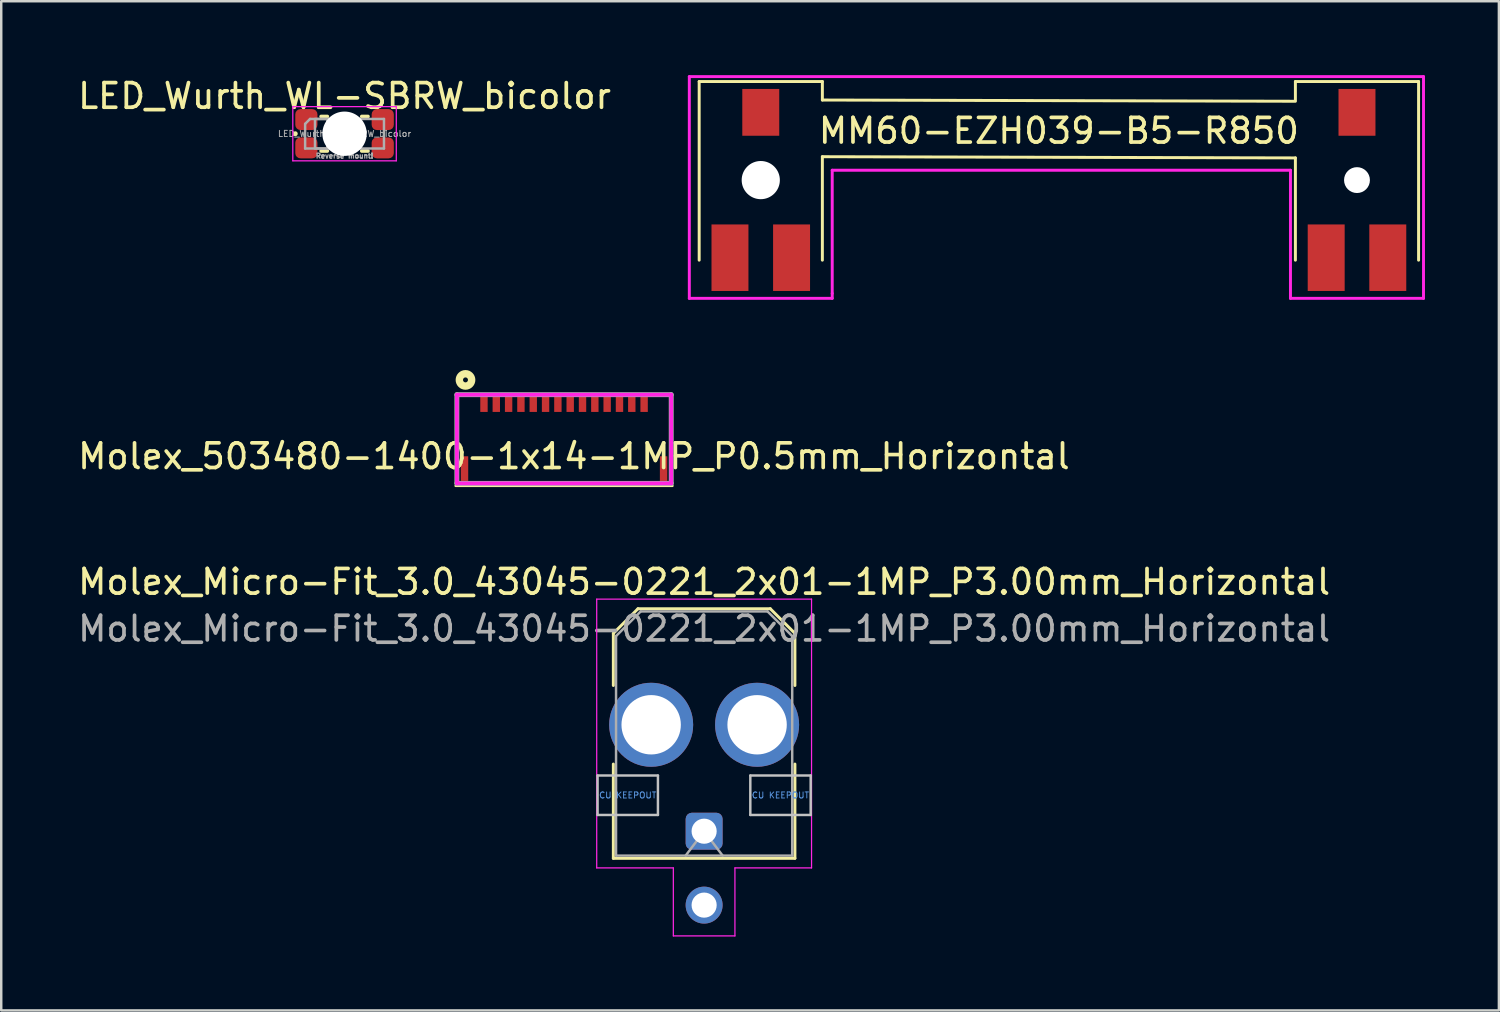
<source format=kicad_pcb>
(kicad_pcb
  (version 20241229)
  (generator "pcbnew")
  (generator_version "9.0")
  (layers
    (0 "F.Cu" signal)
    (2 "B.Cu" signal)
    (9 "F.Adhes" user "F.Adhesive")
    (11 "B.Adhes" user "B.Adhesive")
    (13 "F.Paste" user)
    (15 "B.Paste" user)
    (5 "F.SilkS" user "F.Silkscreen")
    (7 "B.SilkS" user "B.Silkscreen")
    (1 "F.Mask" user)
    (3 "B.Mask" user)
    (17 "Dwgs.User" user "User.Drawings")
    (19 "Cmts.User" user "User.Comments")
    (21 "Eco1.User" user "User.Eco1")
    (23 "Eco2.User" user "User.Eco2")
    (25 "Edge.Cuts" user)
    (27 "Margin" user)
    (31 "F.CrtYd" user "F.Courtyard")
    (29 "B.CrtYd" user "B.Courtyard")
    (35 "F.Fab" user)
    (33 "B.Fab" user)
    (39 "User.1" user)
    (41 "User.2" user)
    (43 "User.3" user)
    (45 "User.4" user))
  (footprint "MM60-EZH039-B5-R850"
    (layer "F.Cu")
    (at 39.929 4.26)
    (property "Reference" "MM60-EZH039-B5-R850" (at 0 -2 0) (layer "F.SilkS") (effects (font (size 1 1) (thickness 0.15))))
    (attr through_hole)
    (fp_line (start -14.6 -4) (end -14.6 3.25) (stroke (width 0.12) (type solid)) (layer "F.SilkS"))
    (fp_line (start -9.6 -4) (end -14.6 -4) (stroke (width 0.12) (type solid)) (layer "F.SilkS"))
    (fp_line (start -9.6 -4) (end -9.6 -3.25) (stroke (width 0.12) (type solid)) (layer "F.SilkS"))
    (fp_line (start -9.6 -3.25) (end 9.6 -3.2) (stroke (width 0.12) (type solid)) (layer "F.SilkS"))
    (fp_line (start -9.6 -0.95) (end 9.6 -0.9) (stroke (width 0.12) (type solid)) (layer "F.SilkS"))
    (fp_line (start -9.6 3.25) (end -9.6 -0.95) (stroke (width 0.12) (type solid)) (layer "F.SilkS"))
    (fp_line (start 9.6 -4) (end 9.6 -3.25) (stroke (width 0.12) (type solid)) (layer "F.SilkS"))
    (fp_line (start 9.6 -4) (end 14.6 -4) (stroke (width 0.12) (type solid)) (layer "F.SilkS"))
    (fp_line (start 9.6 3.25) (end 9.6 -0.9) (stroke (width 0.12) (type solid)) (layer "F.SilkS"))
    (fp_line (start 14.6 -4) (end 14.6 3.25) (stroke (width 0.12) (type solid)) (layer "F.SilkS"))
    (fp_line (start -15 -4.2) (end 14.8 -4.2) (stroke (width 0.12) (type solid)) (layer "F.CrtYd"))
    (fp_line (start -15 4.8) (end -15 -4.2) (stroke (width 0.12) (type solid)) (layer "F.CrtYd"))
    (fp_line (start -9.2 -0.4) (end -9.2 4.6) (stroke (width 0.12) (type solid)) (layer "F.CrtYd"))
    (fp_line (start -9.2 4.6) (end -9.2 4.8) (stroke (width 0.12) (type solid)) (layer "F.CrtYd"))
    (fp_line (start -9.2 4.8) (end -15 4.8) (stroke (width 0.12) (type solid)) (layer "F.CrtYd"))
    (fp_line (start 9.4 -0.4) (end -9.2 -0.4) (stroke (width 0.12) (type solid)) (layer "F.CrtYd"))
    (fp_line (start 9.4 4.8) (end 9.4 -0.4) (stroke (width 0.12) (type solid)) (layer "F.CrtYd"))
    (fp_line (start 14.8 -4.2) (end 14.8 4.8) (stroke (width 0.12) (type solid)) (layer "F.CrtYd"))
    (fp_line (start 14.8 4.8) (end 9.4 4.8) (stroke (width 0.12) (type solid)) (layer "F.CrtYd"))
    (pad "" np_thru_hole circle (at -12.1 0) (size 1.55 1.55) (drill 1.55) (layers "*.Cu" "*.Mask"))
    (pad "" np_thru_hole circle (at 12.1 0 180) (size 1.05 1.05) (drill 1.05) (layers "*.Cu" "*.Mask"))
    (pad "1" smd rect (at -13.35 3.15) (size 1.5 2.7) (layers "F.Cu" "F.Mask" "F.Paste"))
    (pad "1" smd rect (at -12.1 -2.75) (size 1.5 1.9) (layers "F.Cu" "F.Mask" "F.Paste"))
    (pad "1" smd rect (at -10.85 3.15) (size 1.5 2.7) (layers "F.Cu" "F.Mask" "F.Paste"))
    (pad "1" smd rect (at 10.85 3.15) (size 1.5 2.7) (layers "F.Cu" "F.Mask" "F.Paste"))
    (pad "1" smd rect (at 12.1 -2.75) (size 1.5 1.9) (layers "F.Cu" "F.Mask" "F.Paste"))
    (pad "1" smd rect (at 13.35 3.15) (size 1.5 2.7) (layers "F.Cu" "F.Mask" "F.Paste")))
  (footprint "Molex_Micro-Fit_3.0_43045-0221_2x01-1MP_P3.00mm_Horizontal"
    (layer "F.Cu")
    (at 25.53 30.688)
    (property "Reference" "Molex_Micro-Fit_3.0_43045-0221_2x01-1MP_P3.00mm_Horizontal" (at 0 -10.12 0) (layer "F.SilkS") (effects (font (size 1 1) (thickness 0.15))))
    (attr through_hole)
    (fp_line (start -3.685 -8.03) (end -2.685 -9.03) (stroke (width 0.12) (type solid)) (layer "F.SilkS"))
    (fp_line (start -3.685 -5.915) (end -3.685 -8.03) (stroke (width 0.12) (type solid)) (layer "F.SilkS"))
    (fp_line (start -3.685 -2.725) (end -3.685 1.1) (stroke (width 0.12) (type solid)) (layer "F.SilkS"))
    (fp_line (start -3.685 1.1) (end 3.685 1.1) (stroke (width 0.12) (type solid)) (layer "F.SilkS"))
    (fp_line (start -2.685 -9.03) (end 2.685 -9.03) (stroke (width 0.12) (type solid)) (layer "F.SilkS"))
    (fp_line (start 2.685 -9.03) (end 3.685 -8.03) (stroke (width 0.12) (type solid)) (layer "F.SilkS"))
    (fp_line (start 3.685 -8.03) (end 3.685 -5.915) (stroke (width 0.12) (type solid)) (layer "F.SilkS"))
    (fp_line (start 3.685 1.1) (end 3.685 -2.725) (stroke (width 0.12) (type solid)) (layer "F.SilkS"))
    (fp_line (start -4.325 -2.26) (end -4.325 -0.66) (stroke (width 0.1) (type solid)) (layer "Dwgs.User"))
    (fp_line (start -4.325 -0.66) (end -1.875 -0.66) (stroke (width 0.1) (type solid)) (layer "Dwgs.User"))
    (fp_line (start -1.875 -2.26) (end -4.325 -2.26) (stroke (width 0.1) (type solid)) (layer "Dwgs.User"))
    (fp_line (start -1.875 -0.66) (end -1.875 -2.26) (stroke (width 0.1) (type solid)) (layer "Dwgs.User"))
    (fp_line (start 1.875 -2.26) (end 1.875 -0.66) (stroke (width 0.1) (type solid)) (layer "Dwgs.User"))
    (fp_line (start 1.875 -0.66) (end 4.325 -0.66) (stroke (width 0.1) (type solid)) (layer "Dwgs.User"))
    (fp_line (start 4.325 -2.26) (end 1.875 -2.26) (stroke (width 0.1) (type solid)) (layer "Dwgs.User"))
    (fp_line (start 4.325 -0.66) (end 4.325 -2.26) (stroke (width 0.1) (type solid)) (layer "Dwgs.User"))
    (fp_line (start -4.36 -9.42) (end 4.36 -9.42) (stroke (width 0.05) (type solid)) (layer "F.CrtYd"))
    (fp_line (start -4.36 1.49) (end -4.36 -9.42) (stroke (width 0.05) (type solid)) (layer "F.CrtYd"))
    (fp_line (start -1.25 1.49) (end -4.36 1.49) (stroke (width 0.05) (type solid)) (layer "F.CrtYd"))
    (fp_line (start -1.25 4.25) (end -1.25 1.49) (stroke (width 0.05) (type solid)) (layer "F.CrtYd"))
    (fp_line (start 1.25 1.49) (end 1.25 4.25) (stroke (width 0.05) (type solid)) (layer "F.CrtYd"))
    (fp_line (start 1.25 4.25) (end -1.25 4.25) (stroke (width 0.05) (type solid)) (layer "F.CrtYd"))
    (fp_line (start 4.36 -9.42) (end 4.36 1.49) (stroke (width 0.05) (type solid)) (layer "F.CrtYd"))
    (fp_line (start 4.36 1.49) (end 1.25 1.49) (stroke (width 0.05) (type solid)) (layer "F.CrtYd"))
    (fp_line (start -3.575 -7.92) (end -2.575 -8.92) (stroke (width 0.1) (type solid)) (layer "F.Fab"))
    (fp_line (start -3.575 0.99) (end -3.575 -7.92) (stroke (width 0.1) (type solid)) (layer "F.Fab"))
    (fp_line (start -2.575 -8.92) (end 2.575 -8.92) (stroke (width 0.1) (type solid)) (layer "F.Fab"))
    (fp_line (start -0.75 0.99) (end 0 0) (stroke (width 0.1) (type solid)) (layer "F.Fab"))
    (fp_line (start 0 0) (end 0.75 0.99) (stroke (width 0.1) (type solid)) (layer "F.Fab"))
    (fp_line (start 2.575 -8.92) (end 3.575 -7.92) (stroke (width 0.1) (type solid)) (layer "F.Fab"))
    (fp_line (start 3.575 -7.92) (end 3.575 0.99) (stroke (width 0.1) (type solid)) (layer "F.Fab"))
    (fp_line (start 3.575 0.99) (end -3.575 0.99) (stroke (width 0.1) (type solid)) (layer "F.Fab"))
    (fp_text user "CU KEEPOUT" (at 3.1 -1.46 0) (layer "Cmts.User") (effects (font (size 0.245 0.245) (thickness 0.037))))
    (fp_text user "CU KEEPOUT" (at -3.1 -1.46 0) (layer "Cmts.User") (effects (font (size 0.245 0.245) (thickness 0.037))))
    (fp_text user "${REFERENCE}" (at 0 -8.22 0) (layer "F.Fab") (effects (font (size 1 1) (thickness 0.15))))
    (pad "1" thru_hole roundrect (at 0 0) (size 1.5 1.5) (drill 1.02) (layers "*.Cu" "*.Mask") (roundrect_rratio 0.167))
    (pad "2" thru_hole circle (at 0 3) (size 1.5 1.5) (drill 1.02) (layers "*.Cu" "*.Mask"))
    (pad "MP" thru_hole circle (at -2.15 -4.32) (size 3.41 3.41) (drill 2.41) (layers "*.Cu" "*.Mask"))
    (pad "MP" thru_hole circle (at 2.15 -4.32) (size 3.41 3.41) (drill 2.41) (layers "*.Cu" "*.Mask")))
  (footprint "Molex_503480-1400-1x14-1MP_P0.5mm_Horizontal"
    (layer "F.Cu")
    (at 19.844 12.97)
    (property "Reference" "Molex_503480-1400-1x14-1MP_P0.5mm_Horizontal" (at 0.4 2.5 0) (layer "F.SilkS") (effects (font (size 1 1) (thickness 0.15))))
    (attr through_hole)
    (fp_line (start -4.4 3.7) (end 4.4 3.7) (stroke (width 0.1) (type solid)) (layer "F.SilkS"))
    (fp_circle (center -4 -0.6) (end -4 -0.7) (stroke (width 0.3) (type solid)) (fill no) (layer "F.SilkS"))
    (fp_line (start -4.35 0) (end 4.35 0) (stroke (width 0.15) (type solid)) (layer "F.CrtYd"))
    (fp_line (start -4.35 3.6) (end -4.35 0) (stroke (width 0.15) (type solid)) (layer "F.CrtYd"))
    (fp_line (start 4.35 0) (end 4.35 3.6) (stroke (width 0.15) (type solid)) (layer "F.CrtYd"))
    (fp_line (start 4.35 3.6) (end -4.35 3.6) (stroke (width 0.15) (type solid)) (layer "F.CrtYd"))
    (fp_line (start -4.35 0) (end -4.35 3.6) (stroke (width 0.2) (type solid)) (layer "F.Fab"))
    (fp_line (start -4.35 3.6) (end 4.35 3.6) (stroke (width 0.2) (type solid)) (layer "F.Fab"))
    (fp_line (start 4.35 0) (end -4.35 0) (stroke (width 0.2) (type solid)) (layer "F.Fab"))
    (fp_line (start 4.35 3.6) (end 4.35 0) (stroke (width 0.2) (type solid)) (layer "F.Fab"))
    (pad "" smd rect (at -4.04 3) (size 0.3 1) (layers "F.Cu" "F.Mask" "F.Paste"))
    (pad "" smd rect (at 4.04 3) (size 0.3 1) (layers "F.Cu" "F.Mask" "F.Paste"))
    (pad "1" smd rect (at -3.25 0.35) (size 0.3 0.7) (layers "F.Cu" "F.Mask" "F.Paste"))
    (pad "2" smd rect (at -2.75 0.35) (size 0.3 0.7) (layers "F.Cu" "F.Mask" "F.Paste"))
    (pad "3" smd rect (at -2.25 0.35) (size 0.3 0.7) (layers "F.Cu" "F.Mask" "F.Paste"))
    (pad "4" smd rect (at -1.75 0.35) (size 0.3 0.7) (layers "F.Cu" "F.Mask" "F.Paste"))
    (pad "5" smd rect (at -1.25 0.35) (size 0.3 0.7) (layers "F.Cu" "F.Mask" "F.Paste"))
    (pad "6" smd rect (at -0.75 0.35) (size 0.3 0.7) (layers "F.Cu" "F.Mask" "F.Paste"))
    (pad "7" smd rect (at -0.25 0.35) (size 0.3 0.7) (layers "F.Cu" "F.Mask" "F.Paste"))
    (pad "8" smd rect (at 0.25 0.35) (size 0.3 0.7) (layers "F.Cu" "F.Mask" "F.Paste"))
    (pad "9" smd rect (at 0.75 0.35) (size 0.3 0.7) (layers "F.Cu" "F.Mask" "F.Paste"))
    (pad "10" smd rect (at 1.25 0.35) (size 0.3 0.7) (layers "F.Cu" "F.Mask" "F.Paste"))
    (pad "11" smd rect (at 1.75 0.35) (size 0.3 0.7) (layers "F.Cu" "F.Mask" "F.Paste"))
    (pad "12" smd rect (at 2.25 0.35) (size 0.3 0.7) (layers "F.Cu" "F.Mask" "F.Paste"))
    (pad "13" smd rect (at 2.75 0.35) (size 0.3 0.7) (layers "F.Cu" "F.Mask" "F.Paste"))
    (pad "14" smd rect (at 3.25 0.35) (size 0.3 0.7) (layers "F.Cu" "F.Mask" "F.Paste")))
  (footprint "LED_Wurth_WL-SBRW_bicolor"
    (layer "F.Cu")
    (at 10.935 2.378)
    (property "Reference" "LED_Wurth_WL-SBRW_bicolor" (at 0 -1.53 0) (layer "F.SilkS") (effects (font (size 1 1) (thickness 0.15))))
    (attr smd)
    (fp_line (start -0.95 -0.7) (end -0.7 -0.7) (stroke (width 0.15) (type solid)) (layer "F.SilkS"))
    (fp_line (start -0.95 0.7) (end -0.7 0.7) (stroke (width 0.15) (type solid)) (layer "F.SilkS"))
    (fp_line (start 0.95 -0.7) (end 0.7 -0.7) (stroke (width 0.15) (type solid)) (layer "F.SilkS"))
    (fp_line (start 0.95 0.7) (end 0.7 0.7) (stroke (width 0.15) (type solid)) (layer "F.SilkS"))
    (fp_circle (center -2 0) (end -1.95 0) (stroke (width 0.1) (type solid)) (fill no) (layer "F.SilkS"))
    (fp_line (start -2.1 -1.1) (end 2.1 -1.1) (stroke (width 0.05) (type solid)) (layer "F.CrtYd"))
    (fp_line (start -2.1 1.1) (end -2.1 -1.1) (stroke (width 0.05) (type solid)) (layer "F.CrtYd"))
    (fp_line (start -2.1 1.1) (end 2.1 1.1) (stroke (width 0.05) (type solid)) (layer "F.CrtYd"))
    (fp_line (start 2.1 -1.1) (end 2.1 1.1) (stroke (width 0.05) (type solid)) (layer "F.CrtYd"))
    (fp_line (start -1.6 0.6) (end -1.6 -0.4) (stroke (width 0.1) (type solid)) (layer "F.Fab"))
    (fp_line (start -1.4 -0.6) (end -1.6 -0.4) (stroke (width 0.1) (type solid)) (layer "F.Fab"))
    (fp_line (start -1.4 -0.6) (end 1.6 -0.6) (stroke (width 0.1) (type solid)) (layer "F.Fab"))
    (fp_line (start 1.6 -0.6) (end 1.6 0.6) (stroke (width 0.1) (type solid)) (layer "F.Fab"))
    (fp_line (start 1.6 0.6) (end -1.6 0.6) (stroke (width 0.1) (type solid)) (layer "F.Fab"))
    (fp_poly (pts (xy -0.7 0.6) (xy -1.2 0.6) (xy -1.2 -0.6) (xy -0.7 -0.6)) (stroke (width 0.1) (type solid)) (fill no) (layer "F.Fab"))
    (fp_text user "Reverse mount!" (at 0 0.9 0) (layer "F.Fab") (effects (font (size 0.2 0.2) (thickness 0.05))))
    (fp_text user "${REFERENCE}" (at 0 0 0) (layer "F.Fab") (effects (font (size 0.25 0.25) (thickness 0.04))))
    (pad "" np_thru_hole circle (at 0 0) (size 1.8 1.8) (drill 1.8) (layers "*.Cu" "*.Mask"))
    (pad "1" smd roundrect (at -1.55 -0.575) (size 0.9 0.85) (layers "F.Cu" "F.Mask" "F.Paste") (roundrect_rratio 0.25))
    (pad "2" smd roundrect (at -1.55 0.575) (size 0.9 0.85) (layers "F.Cu" "F.Mask" "F.Paste") (roundrect_rratio 0.25))
    (pad "3" smd roundrect (at 1.55 0.575) (size 0.9 0.85) (layers "F.Cu" "F.Mask" "F.Paste") (roundrect_rratio 0.25))
    (pad "4" smd roundrect (at 1.55 -0.575) (size 0.9 0.85) (layers "F.Cu" "F.Mask" "F.Paste") (roundrect_rratio 0.25)))
  (gr_rect
    (start -3 -3)
    (end 57.789 37.963)
    (stroke (width 0.1) (type default))
    (fill no)
    (layer "Edge.Cuts")))
</source>
